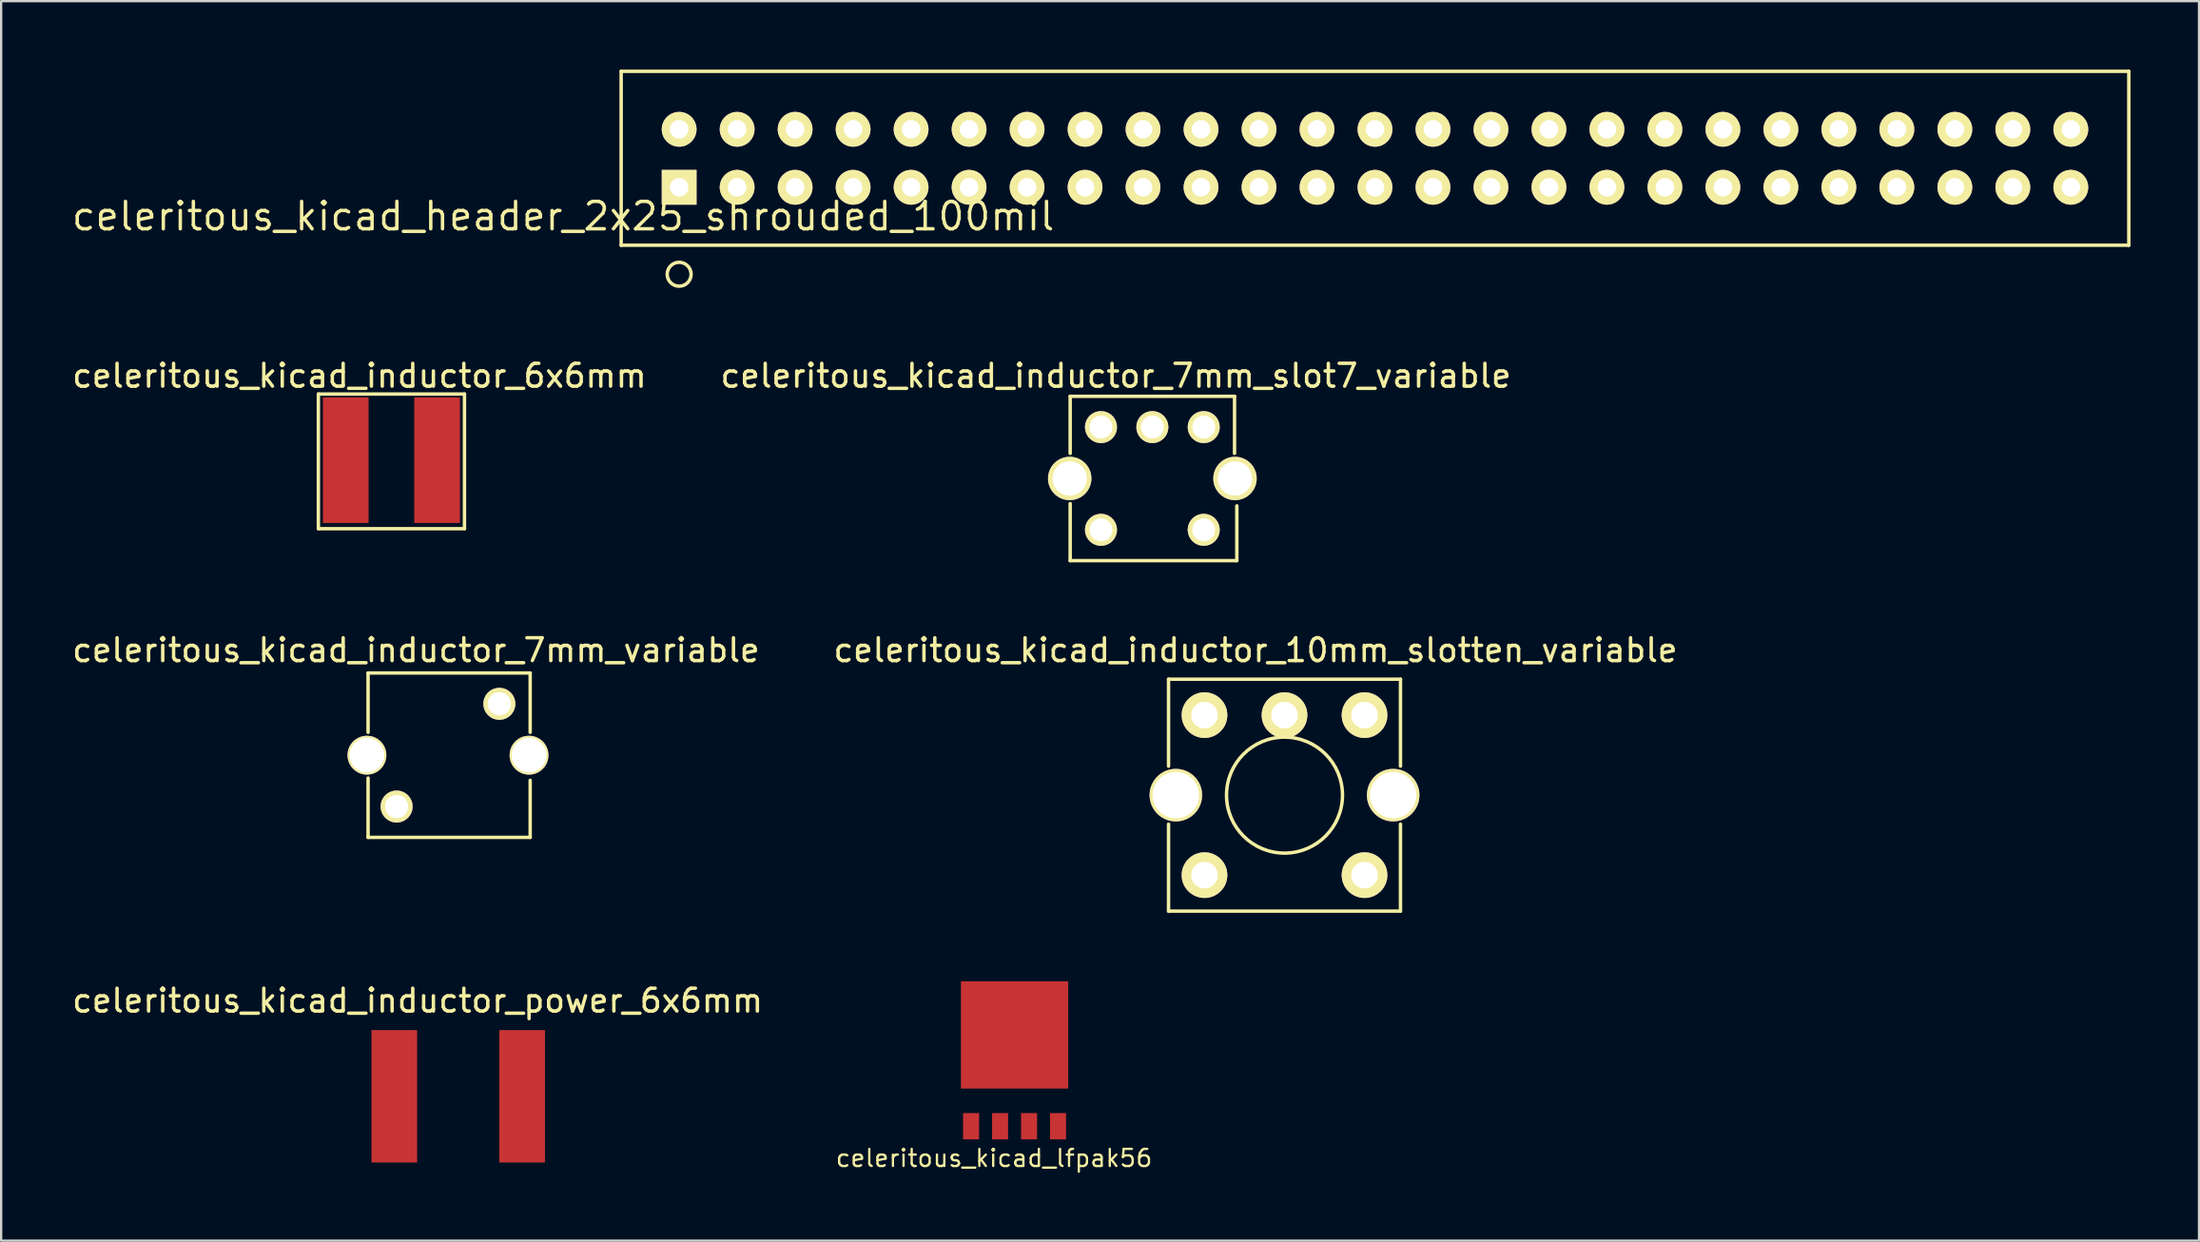
<source format=kicad_pcb>
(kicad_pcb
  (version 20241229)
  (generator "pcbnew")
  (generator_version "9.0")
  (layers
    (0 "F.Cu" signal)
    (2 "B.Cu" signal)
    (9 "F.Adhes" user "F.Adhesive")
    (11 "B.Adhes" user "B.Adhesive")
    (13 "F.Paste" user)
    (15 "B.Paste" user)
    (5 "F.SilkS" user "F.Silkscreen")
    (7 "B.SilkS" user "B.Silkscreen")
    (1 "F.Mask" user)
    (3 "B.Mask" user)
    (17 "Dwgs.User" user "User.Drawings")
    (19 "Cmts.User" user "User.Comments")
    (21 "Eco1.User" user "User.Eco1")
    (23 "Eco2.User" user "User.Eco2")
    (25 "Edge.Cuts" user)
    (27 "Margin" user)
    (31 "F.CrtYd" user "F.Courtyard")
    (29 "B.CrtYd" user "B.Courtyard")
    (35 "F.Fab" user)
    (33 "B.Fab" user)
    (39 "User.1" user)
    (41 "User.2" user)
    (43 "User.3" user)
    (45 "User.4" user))
  (footprint "celeritous_kicad_inductor_7mm_variable"
    (layer "F.Cu")
    (at 16.573 30.035)
    (property "Reference" "celeritous_kicad_inductor_7mm_variable" (at -1.4 -4.6 0) (layer "F.SilkS") (effects (font (size 1 1) (thickness 0.15))))
    (attr through_hole)
    (fp_line (start -3.5 -3.6) (end 3.6 -3.6) (stroke (width 0.15) (type solid)) (layer "F.SilkS"))
    (fp_line (start -3.5 -1) (end -3.5 -3.6) (stroke (width 0.15) (type solid)) (layer "F.SilkS"))
    (fp_line (start -3.5 3.6) (end -3.5 1) (stroke (width 0.15) (type solid)) (layer "F.SilkS"))
    (fp_line (start 3.6 -3.6) (end 3.6 -1) (stroke (width 0.15) (type solid)) (layer "F.SilkS"))
    (fp_line (start 3.6 1.1) (end 3.6 3.6) (stroke (width 0.15) (type solid)) (layer "F.SilkS"))
    (fp_line (start 3.6 3.6) (end -3.5 3.6) (stroke (width 0.15) (type solid)) (layer "F.SilkS"))
    (pad "1" thru_hole circle (at 2.25 -2.25) (size 1.4 1.4) (drill 1.016) (layers "*.Cu" "*.Mask" "F.SilkS"))
    (pad "3" thru_hole circle (at -2.25 2.25) (size 1.4 1.4) (drill 1.016) (layers "*.Cu" "*.Mask" "F.SilkS"))
    (pad "A" thru_hole circle (at 3.55 0) (size 1.7 1.7) (drill 1.52) (layers "*.Cu" "*.Mask" "F.SilkS"))
    (pad "B" thru_hole circle (at -3.55 0) (size 1.7 1.7) (drill 1.52) (layers "*.Cu" "*.Mask" "F.SilkS")))
  (footprint "celeritous_kicad_inductor_10mm_slotten_variable"
    (layer "F.Cu")
    (at 53.216 31.785)
    (property "Reference" "celeritous_kicad_inductor_10mm_slotten_variable" (at -1.27 -6.35 0) (layer "F.SilkS") (effects (font (size 1 1) (thickness 0.15))))
    (attr through_hole)
    (fp_line (start -5.08 -5.08) (end 5.08 -5.08) (stroke (width 0.15) (type solid)) (layer "F.SilkS"))
    (fp_line (start -5.08 -1.27) (end -5.08 -5.08) (stroke (width 0.15) (type solid)) (layer "F.SilkS"))
    (fp_line (start -5.08 5.08) (end -5.08 1.27) (stroke (width 0.15) (type solid)) (layer "F.SilkS"))
    (fp_line (start 5.08 -5.08) (end 5.08 -1.27) (stroke (width 0.15) (type solid)) (layer "F.SilkS"))
    (fp_line (start 5.08 1.27) (end 5.08 5.08) (stroke (width 0.15) (type solid)) (layer "F.SilkS"))
    (fp_line (start 5.08 5.08) (end -5.08 5.08) (stroke (width 0.15) (type solid)) (layer "F.SilkS"))
    (fp_circle (center 0 0) (end 2.54 0) (stroke (width 0.15) (type solid)) (fill no) (layer "F.SilkS"))
    (pad "" thru_hole circle (at -4.76 0) (size 2.3 2.3) (drill 2.03) (layers "*.Cu" "*.Mask" "F.SilkS"))
    (pad "" thru_hole circle (at 4.76 0) (size 2.3 2.3) (drill 2.03) (layers "*.Cu" "*.Mask" "F.SilkS"))
    (pad "1" thru_hole circle (at 3.505 -3.505) (size 2 2) (drill 1.168) (layers "*.Cu" "*.Mask" "F.SilkS"))
    (pad "2" thru_hole circle (at 0 -3.505) (size 2 2) (drill 1.168) (layers "*.Cu" "*.Mask" "F.SilkS"))
    (pad "3" thru_hole circle (at -3.505 -3.505) (size 2 2) (drill 1.168) (layers "*.Cu" "*.Mask" "F.SilkS"))
    (pad "4" thru_hole circle (at -3.505 3.505) (size 2 2) (drill 1.168) (layers "*.Cu" "*.Mask" "F.SilkS"))
    (pad "6" thru_hole circle (at 3.505 3.505) (size 2 2) (drill 1.168) (layers "*.Cu" "*.Mask" "F.SilkS")))
  (footprint "celeritous_kicad_lfpak56"
    (layer "F.Cu")
    (at 41.392 46.29)
    (property "Reference" "celeritous_kicad_lfpak56" (at -0.9 1.4 0) (layer "F.SilkS") (effects (font (size 0.75 0.75) (thickness 0.1))))
    (attr through_hole)
    (pad "1" smd rect (at -1.905 0) (size 0.7 1.15) (layers "F.Cu" "F.Mask" "F.Paste"))
    (pad "2" smd rect (at -0.635 0) (size 0.7 1.15) (layers "F.Cu" "F.Mask" "F.Paste"))
    (pad "3" smd rect (at 0.635 0) (size 0.7 1.15) (layers "F.Cu" "F.Mask" "F.Paste"))
    (pad "4" smd rect (at 1.905 0) (size 0.7 1.15) (layers "F.Cu" "F.Mask" "F.Paste"))
    (pad "5" smd rect (at 0 -4) (size 4.7 4.7) (layers "F.Cu" "F.Mask" "F.Paste")))
  (footprint "celeritous_kicad_header_2x25_shrouded_100mil"
    (layer "F.Cu")
    (at 26.699 5.155)
    (property "Reference" "celeritous_kicad_header_2x25_shrouded_100mil" (at -5.08 1.27 180) (layer "F.SilkS") (effects (font (size 1.2 1.2) (thickness 0.15))))
    (attr through_hole)
    (fp_line (start -2.54 -5.08) (end -2.54 2.54) (stroke (width 0.15) (type solid)) (layer "F.SilkS"))
    (fp_line (start -2.54 2.54) (end 63.5 2.54) (stroke (width 0.15) (type solid)) (layer "F.SilkS"))
    (fp_line (start 63.5 -5.08) (end -2.54 -5.08) (stroke (width 0.15) (type solid)) (layer "F.SilkS"))
    (fp_line (start 63.5 2.54) (end 63.5 -5.08) (stroke (width 0.15) (type solid)) (layer "F.SilkS"))
    (fp_circle (center 0 3.81) (end 0.508 3.937) (stroke (width 0.15) (type solid)) (fill no) (layer "F.SilkS"))
    (pad "1" thru_hole rect (at 0 0) (size 1.524 1.524) (drill 0.813) (layers "*.Cu" "*.Mask" "F.SilkS"))
    (pad "2" thru_hole circle (at 0 -2.54) (size 1.524 1.524) (drill 0.813) (layers "*.Cu" "*.Mask" "F.SilkS"))
    (pad "3" thru_hole circle (at 2.54 0) (size 1.524 1.524) (drill 0.813) (layers "*.Cu" "*.Mask" "F.SilkS"))
    (pad "4" thru_hole circle (at 2.54 -2.54) (size 1.524 1.524) (drill 0.813) (layers "*.Cu" "*.Mask" "F.SilkS"))
    (pad "5" thru_hole circle (at 5.08 0) (size 1.524 1.524) (drill 0.813) (layers "*.Cu" "*.Mask" "F.SilkS"))
    (pad "6" thru_hole circle (at 5.08 -2.54) (size 1.524 1.524) (drill 0.813) (layers "*.Cu" "*.Mask" "F.SilkS"))
    (pad "7" thru_hole circle (at 7.62 0) (size 1.524 1.524) (drill 0.813) (layers "*.Cu" "*.Mask" "F.SilkS"))
    (pad "8" thru_hole circle (at 7.62 -2.54) (size 1.524 1.524) (drill 0.813) (layers "*.Cu" "*.Mask" "F.SilkS"))
    (pad "9" thru_hole circle (at 10.16 0) (size 1.524 1.524) (drill 0.813) (layers "*.Cu" "*.Mask" "F.SilkS"))
    (pad "10" thru_hole circle (at 10.16 -2.54) (size 1.524 1.524) (drill 0.813) (layers "*.Cu" "*.Mask" "F.SilkS"))
    (pad "11" thru_hole circle (at 12.7 0) (size 1.524 1.524) (drill 0.813) (layers "*.Cu" "*.Mask" "F.SilkS"))
    (pad "12" thru_hole circle (at 12.7 -2.54) (size 1.524 1.524) (drill 0.813) (layers "*.Cu" "*.Mask" "F.SilkS"))
    (pad "13" thru_hole circle (at 15.24 0) (size 1.524 1.524) (drill 0.813) (layers "*.Cu" "*.Mask" "F.SilkS"))
    (pad "14" thru_hole circle (at 15.24 -2.54) (size 1.524 1.524) (drill 0.813) (layers "*.Cu" "*.Mask" "F.SilkS"))
    (pad "15" thru_hole circle (at 17.78 0) (size 1.524 1.524) (drill 0.813) (layers "*.Cu" "*.Mask" "F.SilkS"))
    (pad "16" thru_hole circle (at 17.78 -2.54) (size 1.524 1.524) (drill 0.813) (layers "*.Cu" "*.Mask" "F.SilkS"))
    (pad "17" thru_hole circle (at 20.32 0) (size 1.524 1.524) (drill 0.813) (layers "*.Cu" "*.Mask" "F.SilkS"))
    (pad "18" thru_hole circle (at 20.32 -2.54) (size 1.524 1.524) (drill 0.813) (layers "*.Cu" "*.Mask" "F.SilkS"))
    (pad "19" thru_hole circle (at 22.86 0) (size 1.524 1.524) (drill 0.813) (layers "*.Cu" "*.Mask" "F.SilkS"))
    (pad "20" thru_hole circle (at 22.86 -2.54) (size 1.524 1.524) (drill 0.813) (layers "*.Cu" "*.Mask" "F.SilkS"))
    (pad "21" thru_hole circle (at 25.4 0) (size 1.524 1.524) (drill 0.813) (layers "*.Cu" "*.Mask" "F.SilkS"))
    (pad "22" thru_hole circle (at 25.4 -2.54) (size 1.524 1.524) (drill 0.813) (layers "*.Cu" "*.Mask" "F.SilkS"))
    (pad "23" thru_hole circle (at 27.94 0) (size 1.524 1.524) (drill 0.813) (layers "*.Cu" "*.Mask" "F.SilkS"))
    (pad "24" thru_hole circle (at 27.94 -2.54) (size 1.524 1.524) (drill 0.813) (layers "*.Cu" "*.Mask" "F.SilkS"))
    (pad "25" thru_hole circle (at 30.48 0) (size 1.524 1.524) (drill 0.813) (layers "*.Cu" "*.Mask" "F.SilkS"))
    (pad "26" thru_hole circle (at 30.48 -2.54) (size 1.524 1.524) (drill 0.813) (layers "*.Cu" "*.Mask" "F.SilkS"))
    (pad "27" thru_hole circle (at 33.02 0) (size 1.524 1.524) (drill 0.813) (layers "*.Cu" "*.Mask" "F.SilkS"))
    (pad "28" thru_hole circle (at 33.02 -2.54) (size 1.524 1.524) (drill 0.813) (layers "*.Cu" "*.Mask" "F.SilkS"))
    (pad "29" thru_hole circle (at 35.56 0) (size 1.524 1.524) (drill 0.813) (layers "*.Cu" "*.Mask" "F.SilkS"))
    (pad "30" thru_hole circle (at 35.56 -2.54) (size 1.524 1.524) (drill 0.813) (layers "*.Cu" "*.Mask" "F.SilkS"))
    (pad "31" thru_hole circle (at 38.1 0) (size 1.524 1.524) (drill 0.813) (layers "*.Cu" "*.Mask" "F.SilkS"))
    (pad "32" thru_hole circle (at 38.1 -2.54) (size 1.524 1.524) (drill 0.813) (layers "*.Cu" "*.Mask" "F.SilkS"))
    (pad "33" thru_hole circle (at 40.64 0) (size 1.524 1.524) (drill 0.813) (layers "*.Cu" "*.Mask" "F.SilkS"))
    (pad "34" thru_hole circle (at 40.64 -2.54) (size 1.524 1.524) (drill 0.813) (layers "*.Cu" "*.Mask" "F.SilkS"))
    (pad "35" thru_hole circle (at 43.18 0) (size 1.524 1.524) (drill 0.813) (layers "*.Cu" "*.Mask" "F.SilkS"))
    (pad "36" thru_hole circle (at 43.18 -2.54) (size 1.524 1.524) (drill 0.813) (layers "*.Cu" "*.Mask" "F.SilkS"))
    (pad "37" thru_hole circle (at 45.72 0) (size 1.524 1.524) (drill 0.813) (layers "*.Cu" "*.Mask" "F.SilkS"))
    (pad "38" thru_hole circle (at 45.72 -2.54) (size 1.524 1.524) (drill 0.813) (layers "*.Cu" "*.Mask" "F.SilkS"))
    (pad "39" thru_hole circle (at 48.26 0) (size 1.524 1.524) (drill 0.813) (layers "*.Cu" "*.Mask" "F.SilkS"))
    (pad "40" thru_hole circle (at 48.26 -2.54) (size 1.524 1.524) (drill 0.813) (layers "*.Cu" "*.Mask" "F.SilkS"))
    (pad "41" thru_hole circle (at 50.8 0) (size 1.524 1.524) (drill 0.813) (layers "*.Cu" "*.Mask" "F.SilkS"))
    (pad "42" thru_hole circle (at 50.8 -2.54) (size 1.524 1.524) (drill 0.813) (layers "*.Cu" "*.Mask" "F.SilkS"))
    (pad "43" thru_hole circle (at 53.34 0) (size 1.524 1.524) (drill 0.813) (layers "*.Cu" "*.Mask" "F.SilkS"))
    (pad "44" thru_hole circle (at 53.34 -2.54) (size 1.524 1.524) (drill 0.813) (layers "*.Cu" "*.Mask" "F.SilkS"))
    (pad "45" thru_hole circle (at 55.88 0) (size 1.524 1.524) (drill 0.813) (layers "*.Cu" "*.Mask" "F.SilkS"))
    (pad "46" thru_hole circle (at 55.88 -2.54) (size 1.524 1.524) (drill 0.813) (layers "*.Cu" "*.Mask" "F.SilkS"))
    (pad "47" thru_hole circle (at 58.42 0) (size 1.524 1.524) (drill 0.813) (layers "*.Cu" "*.Mask" "F.SilkS"))
    (pad "48" thru_hole circle (at 58.42 -2.54) (size 1.524 1.524) (drill 0.813) (layers "*.Cu" "*.Mask" "F.SilkS"))
    (pad "49" thru_hole circle (at 60.96 0) (size 1.524 1.524) (drill 0.813) (layers "*.Cu" "*.Mask" "F.SilkS"))
    (pad "50" thru_hole circle (at 60.96 -2.54) (size 1.524 1.524) (drill 0.813) (layers "*.Cu" "*.Mask" "F.SilkS")))
  (footprint "celeritous_kicad_inductor_7mm_slot7_variable"
    (layer "F.Cu")
    (at 47.427 17.912)
    (property "Reference" "celeritous_kicad_inductor_7mm_slot7_variable" (at -1.6 -4.5 0) (layer "F.SilkS") (effects (font (size 1 1) (thickness 0.15))))
    (attr through_hole)
    (fp_line (start -3.6 -3.6) (end 3.6 -3.6) (stroke (width 0.15) (type solid)) (layer "F.SilkS"))
    (fp_line (start -3.6 -1.1) (end -3.6 -3.6) (stroke (width 0.15) (type solid)) (layer "F.SilkS"))
    (fp_line (start -3.6 3.6) (end -3.6 1.1) (stroke (width 0.15) (type solid)) (layer "F.SilkS"))
    (fp_line (start 3.6 -3.6) (end 3.6 -1.1) (stroke (width 0.15) (type solid)) (layer "F.SilkS"))
    (fp_line (start 3.7 1.2) (end 3.7 3.6) (stroke (width 0.15) (type solid)) (layer "F.SilkS"))
    (fp_line (start 3.7 3.6) (end -3.6 3.6) (stroke (width 0.15) (type solid)) (layer "F.SilkS"))
    (pad "1" thru_hole circle (at 2.25 -2.25) (size 1.4 1.4) (drill 1) (layers "*.Cu" "*.Mask" "F.SilkS"))
    (pad "2" thru_hole circle (at 0 -2.25) (size 1.4 1.4) (drill 1) (layers "*.Cu" "*.Mask" "F.SilkS"))
    (pad "3" thru_hole circle (at -2.25 -2.25) (size 1.4 1.4) (drill 1) (layers "*.Cu" "*.Mask" "F.SilkS"))
    (pad "4" thru_hole circle (at 2.25 2.25) (size 1.4 1.4) (drill 1) (layers "*.Cu" "*.Mask" "F.SilkS"))
    (pad "5" thru_hole circle (at -2.25 2.25) (size 1.4 1.4) (drill 1) (layers "*.Cu" "*.Mask" "F.SilkS"))
    (pad "A" thru_hole circle (at -3.62 0) (size 1.9 1.9) (drill 1.5) (layers "*.Cu" "*.Mask" "F.SilkS"))
    (pad "B" thru_hole circle (at 3.62 0) (size 1.9 1.9) (drill 1.5) (layers "*.Cu" "*.Mask" "F.SilkS")))
  (footprint "celeritous_kicad_inductor_power_6x6mm"
    (layer "F.Cu")
    (at 17.022 44.979)
    (property "Reference" "celeritous_kicad_inductor_power_6x6mm" (at -1.778 -4.191 0) (layer "F.SilkS") (effects (font (size 1 1) (thickness 0.15))))
    (attr through_hole)
    (pad "1" smd rect (at -2.8 0) (size 2 5.8) (layers "F.Cu" "F.Mask" "F.Paste"))
    (pad "2" smd rect (at 2.8 0) (size 2 5.8) (layers "F.Cu" "F.Mask" "F.Paste")))
  (footprint "celeritous_kicad_inductor_6x6mm"
    (layer "F.Cu")
    (at 14.096 17.112)
    (property "Reference" "celeritous_kicad_inductor_6x6mm" (at -1.4 -3.7 0) (layer "F.SilkS") (effects (font (size 1 1) (thickness 0.15))))
    (attr through_hole)
    (fp_line (start -3.2 -2.9) (end 3.2 -2.9) (stroke (width 0.15) (type solid)) (layer "F.SilkS"))
    (fp_line (start -3.2 3) (end -3.2 -2.9) (stroke (width 0.15) (type solid)) (layer "F.SilkS"))
    (fp_line (start 3.2 -2.9) (end 3.2 3) (stroke (width 0.15) (type solid)) (layer "F.SilkS"))
    (fp_line (start 3.2 3) (end -3.2 3) (stroke (width 0.15) (type solid)) (layer "F.SilkS"))
    (pad "1" smd rect (at -2 0) (size 2 5.5) (layers "F.Cu" "F.Mask" "F.Paste"))
    (pad "2" smd rect (at 2 0) (size 2 5.5) (layers "F.Cu" "F.Mask" "F.Paste")))
  (gr_rect
    (start -3 -3)
    (end 93.274 51.304)
    (stroke (width 0.1) (type default))
    (fill no)
    (layer "Edge.Cuts")))
</source>
